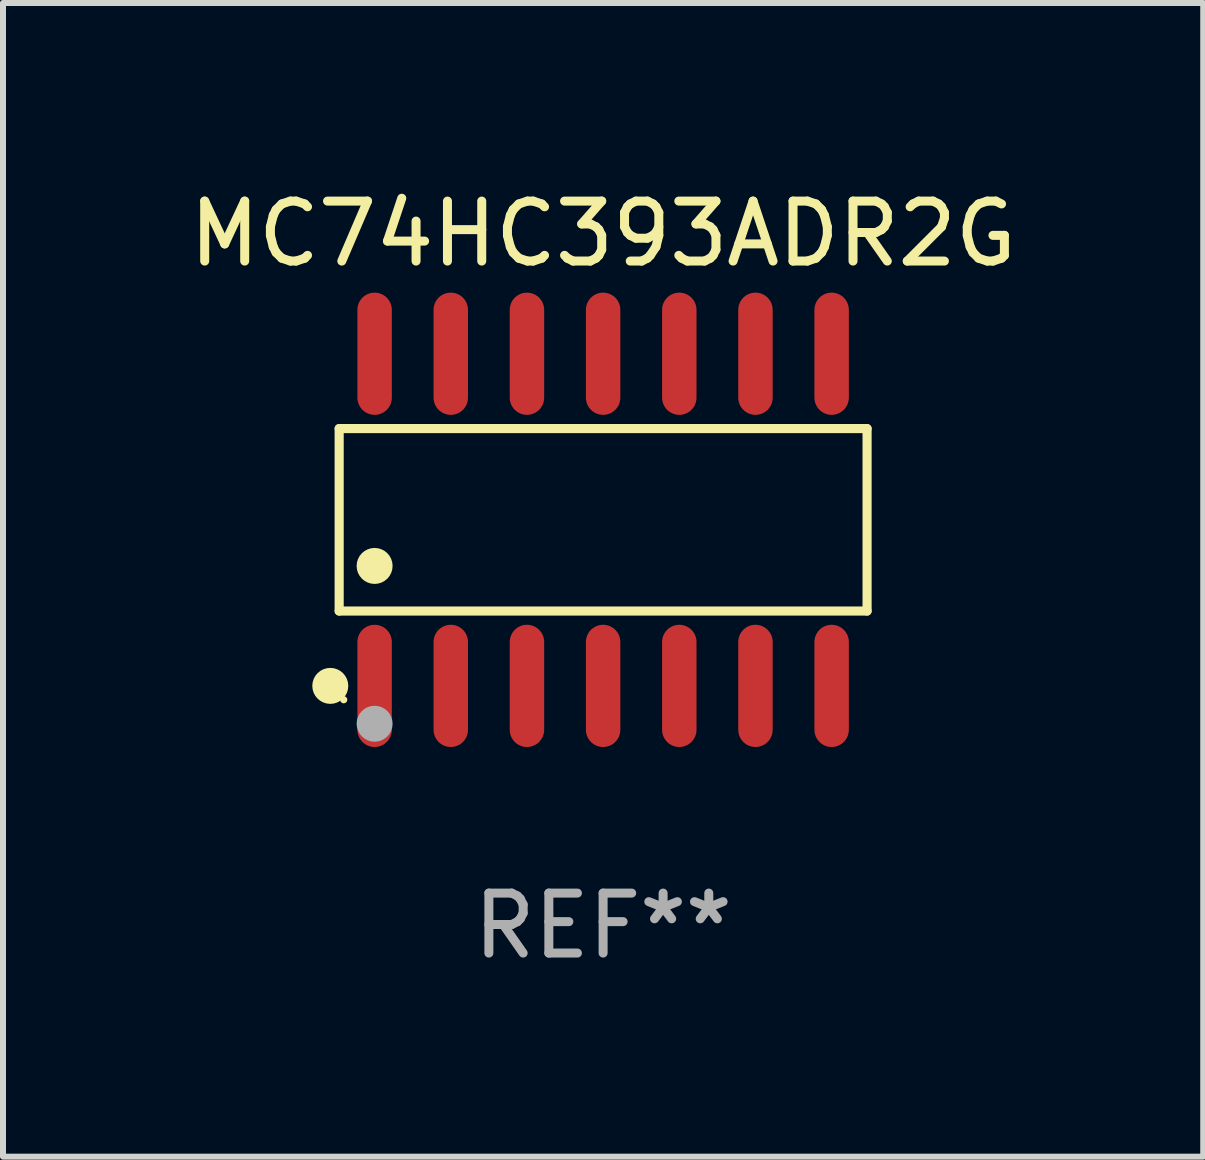
<source format=kicad_pcb>
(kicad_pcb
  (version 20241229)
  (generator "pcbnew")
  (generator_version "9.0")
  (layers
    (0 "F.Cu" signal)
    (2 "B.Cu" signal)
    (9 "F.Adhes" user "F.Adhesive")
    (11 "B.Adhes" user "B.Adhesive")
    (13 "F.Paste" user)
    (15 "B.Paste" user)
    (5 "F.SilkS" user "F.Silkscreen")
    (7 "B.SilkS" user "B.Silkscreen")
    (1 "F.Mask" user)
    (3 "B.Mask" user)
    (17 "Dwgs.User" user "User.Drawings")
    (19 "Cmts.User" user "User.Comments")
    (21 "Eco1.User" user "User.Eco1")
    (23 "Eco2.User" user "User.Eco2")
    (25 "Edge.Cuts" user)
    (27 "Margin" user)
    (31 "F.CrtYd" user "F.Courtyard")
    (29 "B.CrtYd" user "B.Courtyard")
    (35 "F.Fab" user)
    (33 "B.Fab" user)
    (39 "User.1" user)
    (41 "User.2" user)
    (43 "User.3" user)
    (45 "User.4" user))
  (footprint "MC74HC393ADR2G"
    (layer "F.Cu")
    (at 7.006 5.617)
    (property "Reference" "MC74HC393ADR2G" (at 0 -4.769 0) (layer "F.SilkS") (effects (font (size 1 1) (thickness 0.15))))
    (attr through_hole)
    (fp_line (start -4.401 -1.521) (end 4.401 -1.521) (stroke (width 0.152) (type solid)) (layer "F.SilkS"))
    (fp_line (start -4.401 1.521) (end -4.401 -1.521) (stroke (width 0.152) (type solid)) (layer "F.SilkS"))
    (fp_line (start 4.401 -1.521) (end 4.401 1.521) (stroke (width 0.152) (type solid)) (layer "F.SilkS"))
    (fp_line (start 4.401 1.521) (end -4.401 1.521) (stroke (width 0.152) (type solid)) (layer "F.SilkS"))
    (fp_circle (center -4.549 2.769) (end -4.399 2.769) (stroke (width 0.3) (type solid)) (fill no) (layer "F.SilkS"))
    (fp_circle (center -4.325 3) (end -4.295 3) (stroke (width 0.06) (type solid)) (fill no) (layer "F.SilkS"))
    (fp_circle (center -3.81 0.769) (end -3.66 0.769) (stroke (width 0.3) (type solid)) (fill no) (layer "F.SilkS"))
    (fp_circle (center -3.81 3.4) (end -3.66 3.4) (stroke (width 0.3) (type solid)) (fill no) (layer "F.Fab"))
    (fp_text user "REF**" (at 0 6.769 0) (layer "F.Fab") (effects (font (size 1 1) (thickness 0.15))))
    (pad "1" smd oval (at -3.81 2.769) (size 0.574 2.038) (layers "F.Cu" "F.Mask" "F.Paste"))
    (pad "2" smd oval (at -2.54 2.769) (size 0.574 2.038) (layers "F.Cu" "F.Mask" "F.Paste"))
    (pad "3" smd oval (at -1.27 2.769) (size 0.574 2.038) (layers "F.Cu" "F.Mask" "F.Paste"))
    (pad "4" smd oval (at 0 2.769) (size 0.574 2.038) (layers "F.Cu" "F.Mask" "F.Paste"))
    (pad "5" smd oval (at 1.27 2.769) (size 0.574 2.038) (layers "F.Cu" "F.Mask" "F.Paste"))
    (pad "6" smd oval (at 2.54 2.769) (size 0.574 2.038) (layers "F.Cu" "F.Mask" "F.Paste"))
    (pad "7" smd oval (at 3.81 2.769) (size 0.574 2.038) (layers "F.Cu" "F.Mask" "F.Paste"))
    (pad "8" smd oval (at 3.81 -2.769) (size 0.574 2.038) (layers "F.Cu" "F.Mask" "F.Paste"))
    (pad "9" smd oval (at 2.54 -2.769) (size 0.574 2.038) (layers "F.Cu" "F.Mask" "F.Paste"))
    (pad "10" smd oval (at 1.27 -2.769) (size 0.574 2.038) (layers "F.Cu" "F.Mask" "F.Paste"))
    (pad "11" smd oval (at 0 -2.769) (size 0.574 2.038) (layers "F.Cu" "F.Mask" "F.Paste"))
    (pad "12" smd oval (at -1.27 -2.769) (size 0.574 2.038) (layers "F.Cu" "F.Mask" "F.Paste"))
    (pad "13" smd oval (at -2.54 -2.769) (size 0.574 2.038) (layers "F.Cu" "F.Mask" "F.Paste"))
    (pad "14" smd oval (at -3.81 -2.769) (size 0.574 2.038) (layers "F.Cu" "F.Mask" "F.Paste")))
  (gr_rect
    (start -3 -3)
    (end 17.012 16.235)
    (stroke (width 0.1) (type default))
    (fill no)
    (layer "Edge.Cuts")))
</source>
